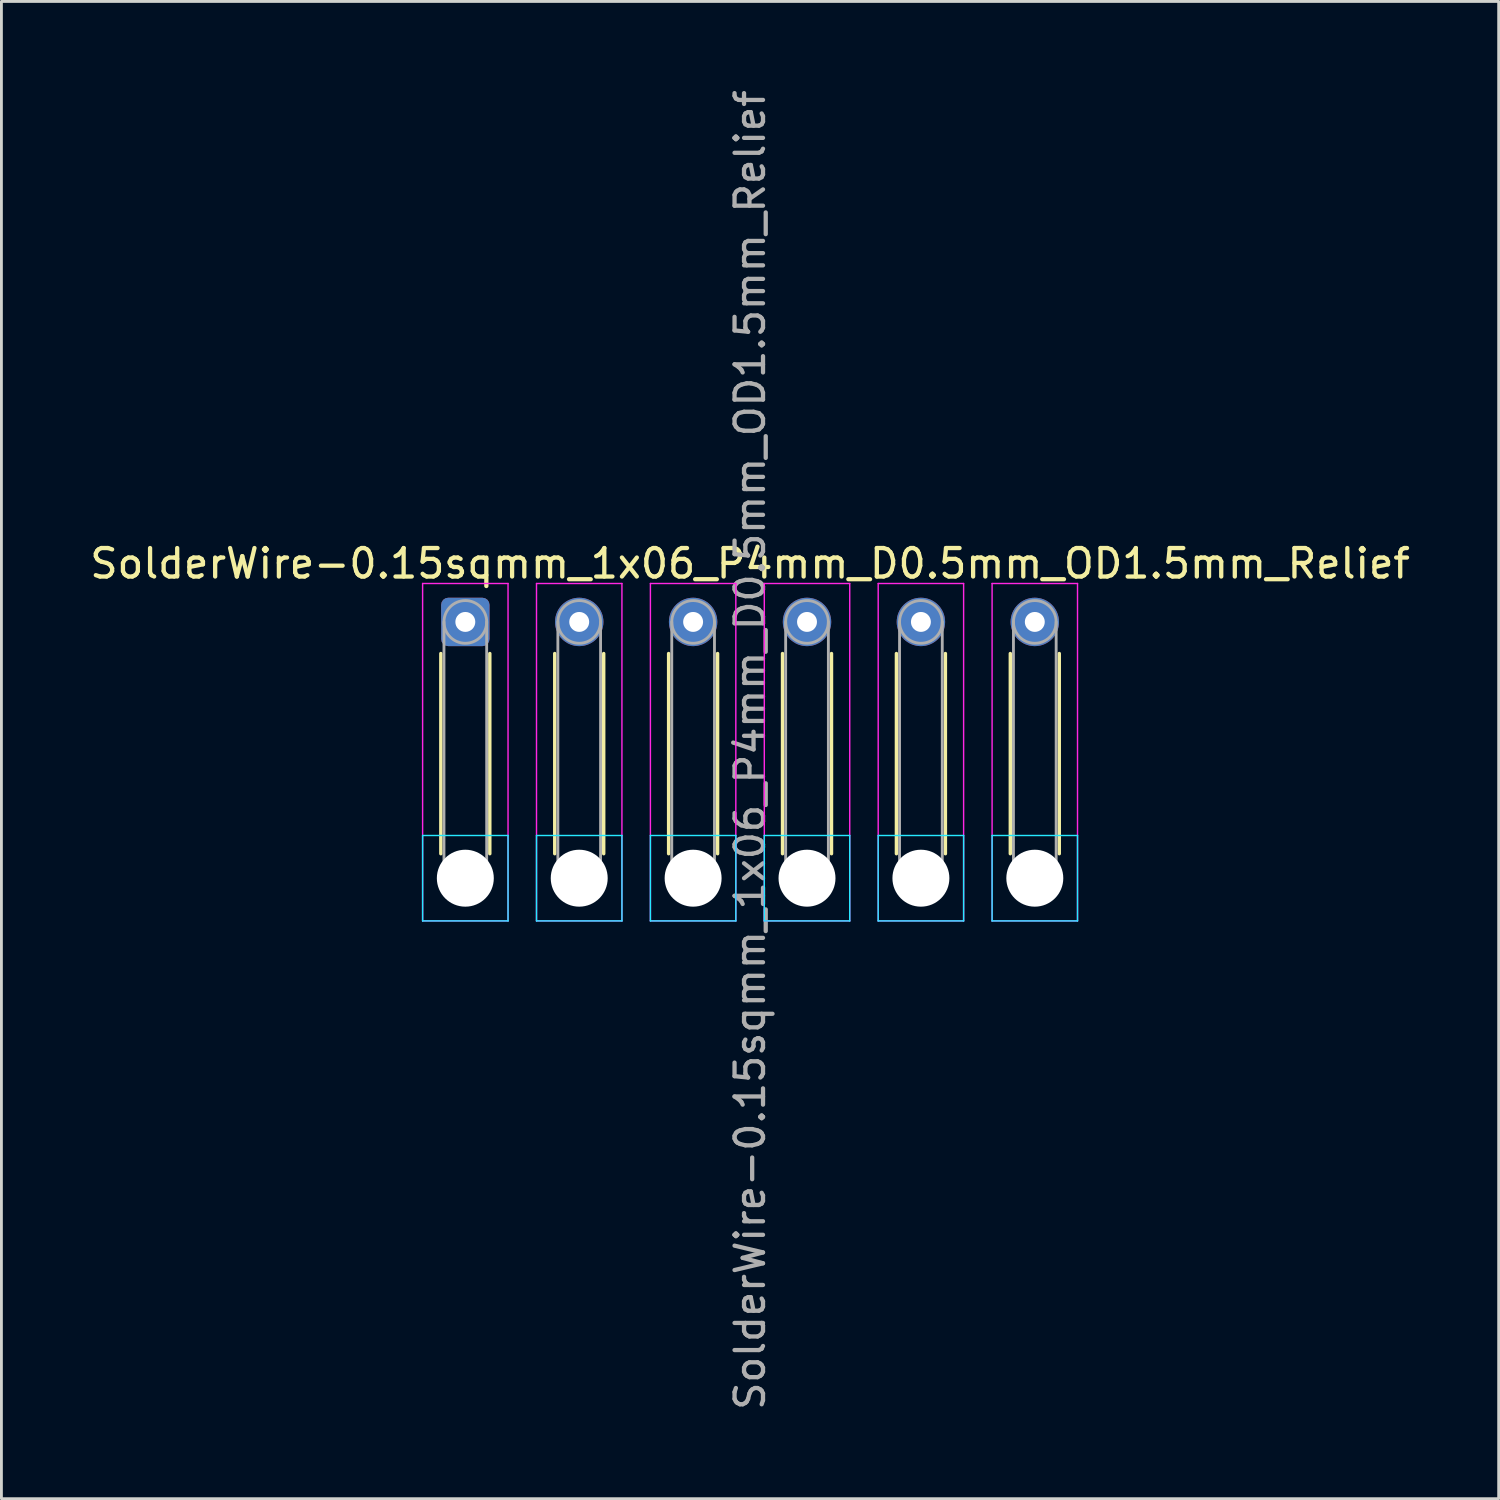
<source format=kicad_pcb>
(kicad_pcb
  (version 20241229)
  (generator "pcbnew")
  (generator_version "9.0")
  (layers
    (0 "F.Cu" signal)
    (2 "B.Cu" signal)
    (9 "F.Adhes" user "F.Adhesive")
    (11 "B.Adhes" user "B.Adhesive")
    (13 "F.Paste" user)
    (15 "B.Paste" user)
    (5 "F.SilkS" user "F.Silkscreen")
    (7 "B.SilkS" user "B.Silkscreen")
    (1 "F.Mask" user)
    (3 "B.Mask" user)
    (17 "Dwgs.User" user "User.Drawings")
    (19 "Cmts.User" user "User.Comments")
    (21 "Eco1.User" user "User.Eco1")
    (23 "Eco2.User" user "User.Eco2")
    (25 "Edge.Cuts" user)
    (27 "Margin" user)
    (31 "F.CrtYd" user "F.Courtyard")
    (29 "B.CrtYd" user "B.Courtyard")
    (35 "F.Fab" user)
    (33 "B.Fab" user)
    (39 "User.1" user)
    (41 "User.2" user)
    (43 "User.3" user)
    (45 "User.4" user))
  (footprint "SolderWire-0.15sqmm_1x06_P4mm_D0.5mm_OD1.5mm_Relief"
    (layer "F.Cu")
    (at 13.292 18.792)
    (property "Reference" "SolderWire-0.15sqmm_1x06_P4mm_D0.5mm_OD1.5mm_Relief" (at 10 -2.05 0) (layer "F.SilkS") (effects (font (size 1 1) (thickness 0.15))))
    (attr exclude_from_pos_files exclude_from_bom)
    (fp_line (start -0.86 1.11) (end -0.86 8.14) (stroke (width 0.12) (type solid)) (layer "F.SilkS"))
    (fp_line (start 0.86 1.11) (end 0.86 8.14) (stroke (width 0.12) (type solid)) (layer "F.SilkS"))
    (fp_line (start 3.14 1.11) (end 3.14 8.14) (stroke (width 0.12) (type solid)) (layer "F.SilkS"))
    (fp_line (start 4.86 1.11) (end 4.86 8.14) (stroke (width 0.12) (type solid)) (layer "F.SilkS"))
    (fp_line (start 7.14 1.11) (end 7.14 8.14) (stroke (width 0.12) (type solid)) (layer "F.SilkS"))
    (fp_line (start 8.86 1.11) (end 8.86 8.14) (stroke (width 0.12) (type solid)) (layer "F.SilkS"))
    (fp_line (start 11.14 1.11) (end 11.14 8.14) (stroke (width 0.12) (type solid)) (layer "F.SilkS"))
    (fp_line (start 12.86 1.11) (end 12.86 8.14) (stroke (width 0.12) (type solid)) (layer "F.SilkS"))
    (fp_line (start 15.14 1.11) (end 15.14 8.14) (stroke (width 0.12) (type solid)) (layer "F.SilkS"))
    (fp_line (start 16.86 1.11) (end 16.86 8.14) (stroke (width 0.12) (type solid)) (layer "F.SilkS"))
    (fp_line (start 19.14 1.11) (end 19.14 8.14) (stroke (width 0.12) (type solid)) (layer "F.SilkS"))
    (fp_line (start 20.86 1.11) (end 20.86 8.14) (stroke (width 0.12) (type solid)) (layer "F.SilkS"))
    (fp_line (start -1.5 7.5) (end -1.5 10.5) (stroke (width 0.05) (type solid)) (layer "B.CrtYd"))
    (fp_line (start -1.5 10.5) (end 1.5 10.5) (stroke (width 0.05) (type solid)) (layer "B.CrtYd"))
    (fp_line (start 1.5 7.5) (end -1.5 7.5) (stroke (width 0.05) (type solid)) (layer "B.CrtYd"))
    (fp_line (start 1.5 10.5) (end 1.5 7.5) (stroke (width 0.05) (type solid)) (layer "B.CrtYd"))
    (fp_line (start 2.5 7.5) (end 2.5 10.5) (stroke (width 0.05) (type solid)) (layer "B.CrtYd"))
    (fp_line (start 2.5 10.5) (end 5.5 10.5) (stroke (width 0.05) (type solid)) (layer "B.CrtYd"))
    (fp_line (start 5.5 7.5) (end 2.5 7.5) (stroke (width 0.05) (type solid)) (layer "B.CrtYd"))
    (fp_line (start 5.5 10.5) (end 5.5 7.5) (stroke (width 0.05) (type solid)) (layer "B.CrtYd"))
    (fp_line (start 6.5 7.5) (end 6.5 10.5) (stroke (width 0.05) (type solid)) (layer "B.CrtYd"))
    (fp_line (start 6.5 10.5) (end 9.5 10.5) (stroke (width 0.05) (type solid)) (layer "B.CrtYd"))
    (fp_line (start 9.5 7.5) (end 6.5 7.5) (stroke (width 0.05) (type solid)) (layer "B.CrtYd"))
    (fp_line (start 9.5 10.5) (end 9.5 7.5) (stroke (width 0.05) (type solid)) (layer "B.CrtYd"))
    (fp_line (start 10.5 7.5) (end 10.5 10.5) (stroke (width 0.05) (type solid)) (layer "B.CrtYd"))
    (fp_line (start 10.5 10.5) (end 13.5 10.5) (stroke (width 0.05) (type solid)) (layer "B.CrtYd"))
    (fp_line (start 13.5 7.5) (end 10.5 7.5) (stroke (width 0.05) (type solid)) (layer "B.CrtYd"))
    (fp_line (start 13.5 10.5) (end 13.5 7.5) (stroke (width 0.05) (type solid)) (layer "B.CrtYd"))
    (fp_line (start 14.5 7.5) (end 14.5 10.5) (stroke (width 0.05) (type solid)) (layer "B.CrtYd"))
    (fp_line (start 14.5 10.5) (end 17.5 10.5) (stroke (width 0.05) (type solid)) (layer "B.CrtYd"))
    (fp_line (start 17.5 7.5) (end 14.5 7.5) (stroke (width 0.05) (type solid)) (layer "B.CrtYd"))
    (fp_line (start 17.5 10.5) (end 17.5 7.5) (stroke (width 0.05) (type solid)) (layer "B.CrtYd"))
    (fp_line (start 18.5 7.5) (end 18.5 10.5) (stroke (width 0.05) (type solid)) (layer "B.CrtYd"))
    (fp_line (start 18.5 10.5) (end 21.5 10.5) (stroke (width 0.05) (type solid)) (layer "B.CrtYd"))
    (fp_line (start 21.5 7.5) (end 18.5 7.5) (stroke (width 0.05) (type solid)) (layer "B.CrtYd"))
    (fp_line (start 21.5 10.5) (end 21.5 7.5) (stroke (width 0.05) (type solid)) (layer "B.CrtYd"))
    (fp_line (start -1.5 -1.35) (end -1.5 10.5) (stroke (width 0.05) (type solid)) (layer "F.CrtYd"))
    (fp_line (start -1.5 10.5) (end 1.5 10.5) (stroke (width 0.05) (type solid)) (layer "F.CrtYd"))
    (fp_line (start 1.5 -1.35) (end -1.5 -1.35) (stroke (width 0.05) (type solid)) (layer "F.CrtYd"))
    (fp_line (start 1.5 10.5) (end 1.5 -1.35) (stroke (width 0.05) (type solid)) (layer "F.CrtYd"))
    (fp_line (start 2.5 -1.35) (end 2.5 10.5) (stroke (width 0.05) (type solid)) (layer "F.CrtYd"))
    (fp_line (start 2.5 10.5) (end 5.5 10.5) (stroke (width 0.05) (type solid)) (layer "F.CrtYd"))
    (fp_line (start 5.5 -1.35) (end 2.5 -1.35) (stroke (width 0.05) (type solid)) (layer "F.CrtYd"))
    (fp_line (start 5.5 10.5) (end 5.5 -1.35) (stroke (width 0.05) (type solid)) (layer "F.CrtYd"))
    (fp_line (start 6.5 -1.35) (end 6.5 10.5) (stroke (width 0.05) (type solid)) (layer "F.CrtYd"))
    (fp_line (start 6.5 10.5) (end 9.5 10.5) (stroke (width 0.05) (type solid)) (layer "F.CrtYd"))
    (fp_line (start 9.5 -1.35) (end 6.5 -1.35) (stroke (width 0.05) (type solid)) (layer "F.CrtYd"))
    (fp_line (start 9.5 10.5) (end 9.5 -1.35) (stroke (width 0.05) (type solid)) (layer "F.CrtYd"))
    (fp_line (start 10.5 -1.35) (end 10.5 10.5) (stroke (width 0.05) (type solid)) (layer "F.CrtYd"))
    (fp_line (start 10.5 10.5) (end 13.5 10.5) (stroke (width 0.05) (type solid)) (layer "F.CrtYd"))
    (fp_line (start 13.5 -1.35) (end 10.5 -1.35) (stroke (width 0.05) (type solid)) (layer "F.CrtYd"))
    (fp_line (start 13.5 10.5) (end 13.5 -1.35) (stroke (width 0.05) (type solid)) (layer "F.CrtYd"))
    (fp_line (start 14.5 -1.35) (end 14.5 10.5) (stroke (width 0.05) (type solid)) (layer "F.CrtYd"))
    (fp_line (start 14.5 10.5) (end 17.5 10.5) (stroke (width 0.05) (type solid)) (layer "F.CrtYd"))
    (fp_line (start 17.5 -1.35) (end 14.5 -1.35) (stroke (width 0.05) (type solid)) (layer "F.CrtYd"))
    (fp_line (start 17.5 10.5) (end 17.5 -1.35) (stroke (width 0.05) (type solid)) (layer "F.CrtYd"))
    (fp_line (start 18.5 -1.35) (end 18.5 10.5) (stroke (width 0.05) (type solid)) (layer "F.CrtYd"))
    (fp_line (start 18.5 10.5) (end 21.5 10.5) (stroke (width 0.05) (type solid)) (layer "F.CrtYd"))
    (fp_line (start 21.5 -1.35) (end 18.5 -1.35) (stroke (width 0.05) (type solid)) (layer "F.CrtYd"))
    (fp_line (start 21.5 10.5) (end 21.5 -1.35) (stroke (width 0.05) (type solid)) (layer "F.CrtYd"))
    (fp_line (start -0.75 0) (end -0.75 9) (stroke (width 0.1) (type solid)) (layer "F.Fab"))
    (fp_line (start 0.75 0) (end 0.75 9) (stroke (width 0.1) (type solid)) (layer "F.Fab"))
    (fp_line (start 3.25 0) (end 3.25 9) (stroke (width 0.1) (type solid)) (layer "F.Fab"))
    (fp_line (start 4.75 0) (end 4.75 9) (stroke (width 0.1) (type solid)) (layer "F.Fab"))
    (fp_line (start 7.25 0) (end 7.25 9) (stroke (width 0.1) (type solid)) (layer "F.Fab"))
    (fp_line (start 8.75 0) (end 8.75 9) (stroke (width 0.1) (type solid)) (layer "F.Fab"))
    (fp_line (start 11.25 0) (end 11.25 9) (stroke (width 0.1) (type solid)) (layer "F.Fab"))
    (fp_line (start 12.75 0) (end 12.75 9) (stroke (width 0.1) (type solid)) (layer "F.Fab"))
    (fp_line (start 15.25 0) (end 15.25 9) (stroke (width 0.1) (type solid)) (layer "F.Fab"))
    (fp_line (start 16.75 0) (end 16.75 9) (stroke (width 0.1) (type solid)) (layer "F.Fab"))
    (fp_line (start 19.25 0) (end 19.25 9) (stroke (width 0.1) (type solid)) (layer "F.Fab"))
    (fp_line (start 20.75 0) (end 20.75 9) (stroke (width 0.1) (type solid)) (layer "F.Fab"))
    (fp_circle (center 0 0) (end 0.75 0) (stroke (width 0.1) (type solid)) (fill no) (layer "F.Fab"))
    (fp_circle (center 0 9) (end 0.75 9) (stroke (width 0.1) (type solid)) (fill no) (layer "F.Fab"))
    (fp_circle (center 4 0) (end 4.75 0) (stroke (width 0.1) (type solid)) (fill no) (layer "F.Fab"))
    (fp_circle (center 4 9) (end 4.75 9) (stroke (width 0.1) (type solid)) (fill no) (layer "F.Fab"))
    (fp_circle (center 8 0) (end 8.75 0) (stroke (width 0.1) (type solid)) (fill no) (layer "F.Fab"))
    (fp_circle (center 8 9) (end 8.75 9) (stroke (width 0.1) (type solid)) (fill no) (layer "F.Fab"))
    (fp_circle (center 12 0) (end 12.75 0) (stroke (width 0.1) (type solid)) (fill no) (layer "F.Fab"))
    (fp_circle (center 12 9) (end 12.75 9) (stroke (width 0.1) (type solid)) (fill no) (layer "F.Fab"))
    (fp_circle (center 16 0) (end 16.75 0) (stroke (width 0.1) (type solid)) (fill no) (layer "F.Fab"))
    (fp_circle (center 16 9) (end 16.75 9) (stroke (width 0.1) (type solid)) (fill no) (layer "F.Fab"))
    (fp_circle (center 20 0) (end 20.75 0) (stroke (width 0.1) (type solid)) (fill no) (layer "F.Fab"))
    (fp_circle (center 20 9) (end 20.75 9) (stroke (width 0.1) (type solid)) (fill no) (layer "F.Fab"))
    (fp_text user "${REFERENCE}" (at 10 4.5 90) (layer "F.Fab") (effects (font (size 1 1) (thickness 0.15))))
    (pad "" np_thru_hole circle (at 0 9) (size 2 2) (drill 2) (layers "*.Cu" "*.Mask"))
    (pad "" np_thru_hole circle (at 4 9) (size 2 2) (drill 2) (layers "*.Cu" "*.Mask"))
    (pad "" np_thru_hole circle (at 8 9) (size 2 2) (drill 2) (layers "*.Cu" "*.Mask"))
    (pad "" np_thru_hole circle (at 12 9) (size 2 2) (drill 2) (layers "*.Cu" "*.Mask"))
    (pad "" np_thru_hole circle (at 16 9) (size 2 2) (drill 2) (layers "*.Cu" "*.Mask"))
    (pad "" np_thru_hole circle (at 20 9) (size 2 2) (drill 2) (layers "*.Cu" "*.Mask"))
    (pad "1" thru_hole roundrect (at 0 0) (size 1.7 1.7) (drill 0.7) (layers "*.Cu" "*.Mask") (roundrect_rratio 0.147))
    (pad "2" thru_hole circle (at 4 0) (size 1.7 1.7) (drill 0.7) (layers "*.Cu" "*.Mask"))
    (pad "3" thru_hole circle (at 8 0) (size 1.7 1.7) (drill 0.7) (layers "*.Cu" "*.Mask"))
    (pad "4" thru_hole circle (at 12 0) (size 1.7 1.7) (drill 0.7) (layers "*.Cu" "*.Mask"))
    (pad "5" thru_hole circle (at 16 0) (size 1.7 1.7) (drill 0.7) (layers "*.Cu" "*.Mask"))
    (pad "6" thru_hole circle (at 20 0) (size 1.7 1.7) (drill 0.7) (layers "*.Cu" "*.Mask")))
  (gr_rect
    (start -3 -3)
    (end 49.583 49.583)
    (stroke (width 0.1) (type default))
    (fill no)
    (layer "Edge.Cuts")))
</source>
